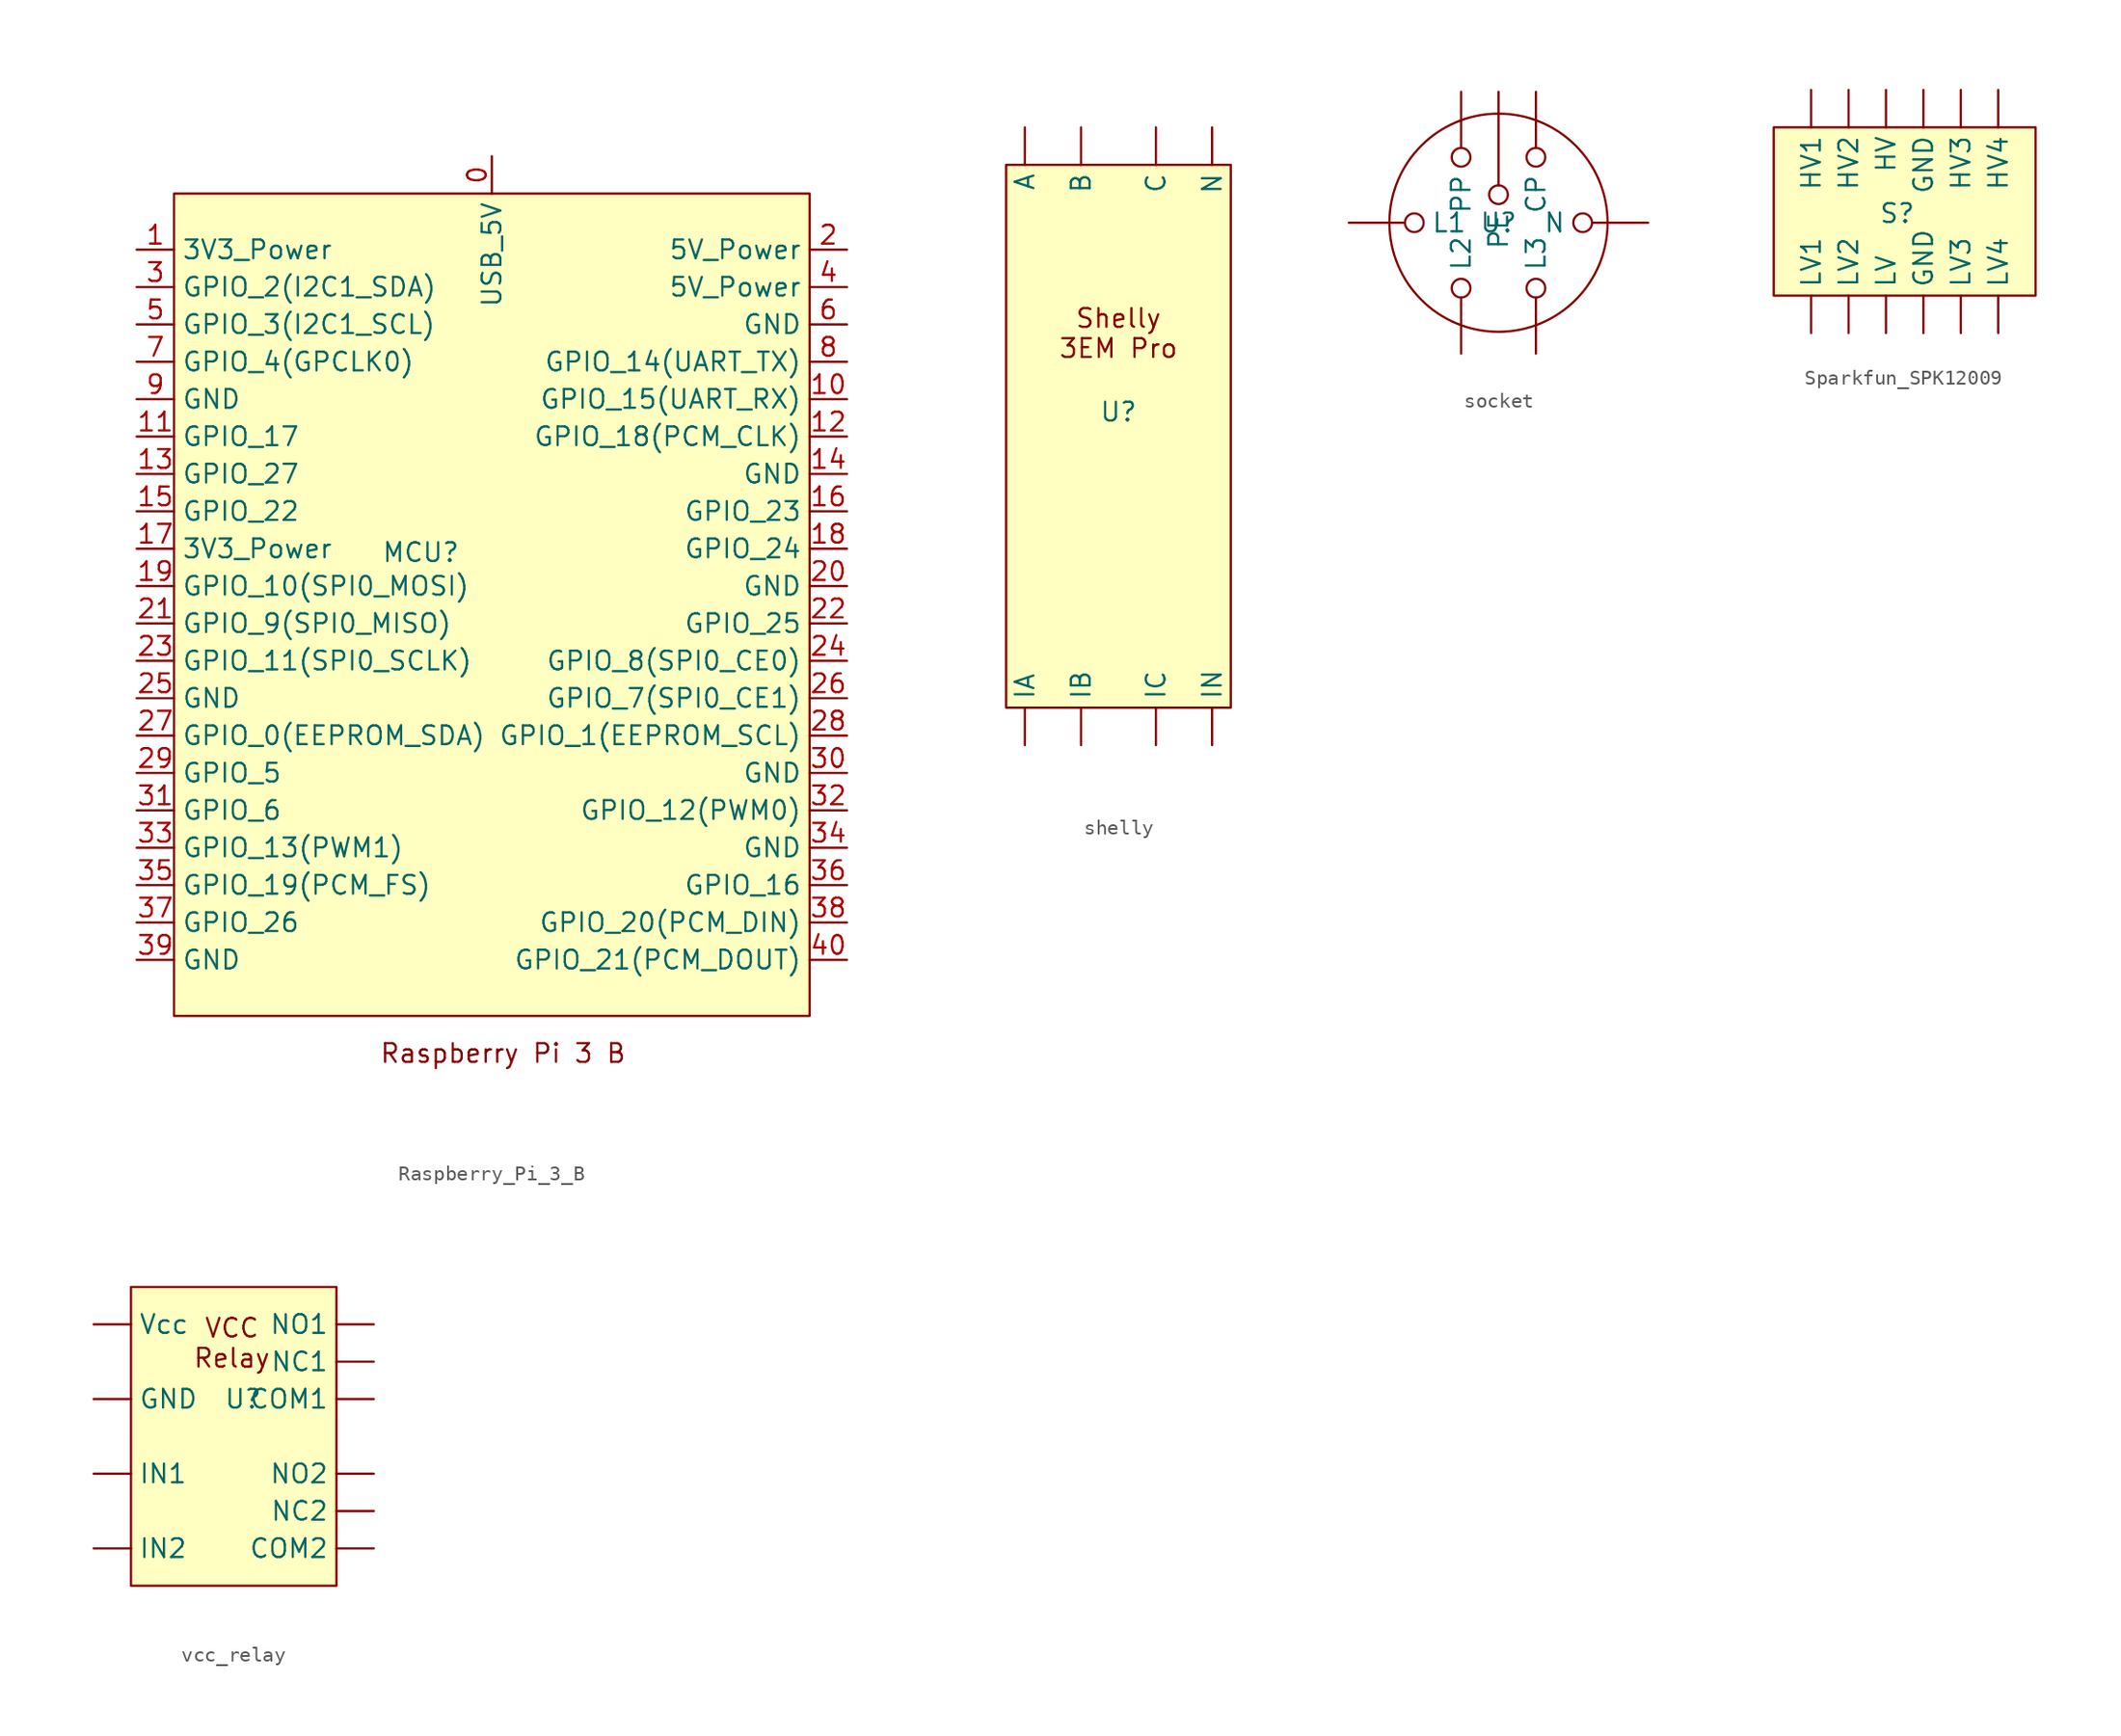
<source format=kicad_sym>
(kicad_symbol_lib
  (version 20231120)
  (generator "kicad_symbol_editor")
  (generator_version "8.0")
  (symbol "Raspberry_Pi_3_B"
    (property "Reference" "MCU"
      (at 16.764 -24.384 0)
      (effects (font (size 1.27 1.27))))
    (property "Value" ""
      (at 0 0 0)
      (effects (font (size 1.27 1.27))))
    (symbol "Raspberry_Pi_3_B_1_1"
      (rectangle (start 0 0) (end 43.18 -55.88) (stroke (width 0) (type default)) (fill (type background)))
      (text "Raspberry Pi 3 B" (at 22.352 -58.42 0) (effects (font (size 1.27 1.27))))
      (pin input line (at 21.59 2.54 270) (length 2.54) (name "USB_5V" (effects (font (size 1.27 1.27)))) (number "0" (effects (font (size 1.27 1.27)))))
      (pin input line (at -2.54 -3.81 0) (length 2.54) (name "3V3_Power" (effects (font (size 1.27 1.27)))) (number "1" (effects (font (size 1.27 1.27)))))
      (pin bidirectional line (at 45.72 -13.97 180) (length 2.54) (name "GPIO_15(UART_RX)" (effects (font (size 1.27 1.27)))) (number "10" (effects (font (size 1.27 1.27)))))
      (pin bidirectional line (at -2.54 -16.51 0) (length 2.54) (name "GPIO_17" (effects (font (size 1.27 1.27)))) (number "11" (effects (font (size 1.27 1.27)))))
      (pin bidirectional line (at 45.72 -16.51 180) (length 2.54) (name "GPIO_18(PCM_CLK)" (effects (font (size 1.27 1.27)))) (number "12" (effects (font (size 1.27 1.27)))))
      (pin bidirectional line (at -2.54 -19.05 0) (length 2.54) (name "GPIO_27" (effects (font (size 1.27 1.27)))) (number "13" (effects (font (size 1.27 1.27)))))
      (pin free line (at 45.72 -19.05 180) (length 2.54) (name "GND" (effects (font (size 1.27 1.27)))) (number "14" (effects (font (size 1.27 1.27)))))
      (pin bidirectional line (at -2.54 -21.59 0) (length 2.54) (name "GPIO_22" (effects (font (size 1.27 1.27)))) (number "15" (effects (font (size 1.27 1.27)))))
      (pin bidirectional line (at 45.72 -21.59 180) (length 2.54) (name "GPIO_23" (effects (font (size 1.27 1.27)))) (number "16" (effects (font (size 1.27 1.27)))))
      (pin input line (at -2.54 -24.13 0) (length 2.54) (name "3V3_Power" (effects (font (size 1.27 1.27)))) (number "17" (effects (font (size 1.27 1.27)))))
      (pin bidirectional line (at 45.72 -24.13 180) (length 2.54) (name "GPIO_24" (effects (font (size 1.27 1.27)))) (number "18" (effects (font (size 1.27 1.27)))))
      (pin input line (at -2.54 -26.67 0) (length 2.54) (name "GPIO_10(SPI0_MOSI)" (effects (font (size 1.27 1.27)))) (number "19" (effects (font (size 1.27 1.27)))))
      (pin input line (at 45.72 -3.81 180) (length 2.54) (name "5V_Power" (effects (font (size 1.27 1.27)))) (number "2" (effects (font (size 1.27 1.27)))))
      (pin free line (at 45.72 -26.67 180) (length 2.54) (name "GND" (effects (font (size 1.27 1.27)))) (number "20" (effects (font (size 1.27 1.27)))))
      (pin bidirectional line (at -2.54 -29.21 0) (length 2.54) (name "GPIO_9(SPI0_MISO)" (effects (font (size 1.27 1.27)))) (number "21" (effects (font (size 1.27 1.27)))))
      (pin bidirectional line (at 45.72 -29.21 180) (length 2.54) (name "GPIO_25" (effects (font (size 1.27 1.27)))) (number "22" (effects (font (size 1.27 1.27)))))
      (pin bidirectional line (at -2.54 -31.75 0) (length 2.54) (name "GPIO_11(SPI0_SCLK)" (effects (font (size 1.27 1.27)))) (number "23" (effects (font (size 1.27 1.27)))))
      (pin bidirectional line (at 45.72 -31.75 180) (length 2.54) (name "GPIO_8(SPI0_CE0)" (effects (font (size 1.27 1.27)))) (number "24" (effects (font (size 1.27 1.27)))))
      (pin free line (at -2.54 -34.29 0) (length 2.54) (name "GND" (effects (font (size 1.27 1.27)))) (number "25" (effects (font (size 1.27 1.27)))))
      (pin bidirectional line (at 45.72 -34.29 180) (length 2.54) (name "GPIO_7(SPI0_CE1)" (effects (font (size 1.27 1.27)))) (number "26" (effects (font (size 1.27 1.27)))))
      (pin bidirectional line (at -2.54 -36.83 0) (length 2.54) (name "GPIO_0(EEPROM_SDA)" (effects (font (size 1.27 1.27)))) (number "27" (effects (font (size 1.27 1.27)))))
      (pin bidirectional line (at 45.72 -36.83 180) (length 2.54) (name "GPIO_1(EEPROM_SCL)" (effects (font (size 1.27 1.27)))) (number "28" (effects (font (size 1.27 1.27)))))
      (pin bidirectional line (at -2.54 -39.37 0) (length 2.54) (name "GPIO_5" (effects (font (size 1.27 1.27)))) (number "29" (effects (font (size 1.27 1.27)))))
      (pin bidirectional line (at -2.54 -6.35 0) (length 2.54) (name "GPIO_2(I2C1_SDA)" (effects (font (size 1.27 1.27)))) (number "3" (effects (font (size 1.27 1.27)))))
      (pin free line (at 45.72 -39.37 180) (length 2.54) (name "GND" (effects (font (size 1.27 1.27)))) (number "30" (effects (font (size 1.27 1.27)))))
      (pin bidirectional line (at -2.54 -41.91 0) (length 2.54) (name "GPIO_6" (effects (font (size 1.27 1.27)))) (number "31" (effects (font (size 1.27 1.27)))))
      (pin bidirectional line (at 45.72 -41.91 180) (length 2.54) (name "GPIO_12(PWM0)" (effects (font (size 1.27 1.27)))) (number "32" (effects (font (size 1.27 1.27)))))
      (pin bidirectional line (at -2.54 -44.45 0) (length 2.54) (name "GPIO_13(PWM1)" (effects (font (size 1.27 1.27)))) (number "33" (effects (font (size 1.27 1.27)))))
      (pin free line (at 45.72 -44.45 180) (length 2.54) (name "GND" (effects (font (size 1.27 1.27)))) (number "34" (effects (font (size 1.27 1.27)))))
      (pin bidirectional line (at -2.54 -46.99 0) (length 2.54) (name "GPIO_19(PCM_FS)" (effects (font (size 1.27 1.27)))) (number "35" (effects (font (size 1.27 1.27)))))
      (pin bidirectional line (at 45.72 -46.99 180) (length 2.54) (name "GPIO_16" (effects (font (size 1.27 1.27)))) (number "36" (effects (font (size 1.27 1.27)))))
      (pin bidirectional line (at -2.54 -49.53 0) (length 2.54) (name "GPIO_26" (effects (font (size 1.27 1.27)))) (number "37" (effects (font (size 1.27 1.27)))))
      (pin bidirectional line (at 45.72 -49.53 180) (length 2.54) (name "GPIO_20(PCM_DIN)" (effects (font (size 1.27 1.27)))) (number "38" (effects (font (size 1.27 1.27)))))
      (pin free line (at -2.54 -52.07 0) (length 2.54) (name "GND" (effects (font (size 1.27 1.27)))) (number "39" (effects (font (size 1.27 1.27)))))
      (pin input line (at 45.72 -6.35 180) (length 2.54) (name "5V_Power" (effects (font (size 1.27 1.27)))) (number "4" (effects (font (size 1.27 1.27)))))
      (pin bidirectional line (at 45.72 -52.07 180) (length 2.54) (name "GPIO_21(PCM_DOUT)" (effects (font (size 1.27 1.27)))) (number "40" (effects (font (size 1.27 1.27)))))
      (pin bidirectional line (at -2.54 -8.89 0) (length 2.54) (name "GPIO_3(I2C1_SCL)" (effects (font (size 1.27 1.27)))) (number "5" (effects (font (size 1.27 1.27)))))
      (pin free line (at 45.72 -8.89 180) (length 2.54) (name "GND" (effects (font (size 1.27 1.27)))) (number "6" (effects (font (size 1.27 1.27)))))
      (pin bidirectional line (at -2.54 -11.43 0) (length 2.54) (name "GPIO_4(GPCLK0)" (effects (font (size 1.27 1.27)))) (number "7" (effects (font (size 1.27 1.27)))))
      (pin bidirectional line (at 45.72 -11.43 180) (length 2.54) (name "GPIO_14(UART_TX)" (effects (font (size 1.27 1.27)))) (number "8" (effects (font (size 1.27 1.27)))))
      (pin free line (at -2.54 -13.97 0) (length 2.54) (name "GND" (effects (font (size 1.27 1.27)))) (number "9" (effects (font (size 1.27 1.27)))))))
  (symbol "shelly"
    (property "Reference" "U"
      (at 0 -0.254 0)
      (effects (font (size 1.27 1.27))))
    (property "Value" ""
      (at 0 5.08 0)
      (effects (font (size 1.27 1.27))))
    (symbol "shelly_1_1"
      (rectangle (start -7.62 16.51) (end 7.62 -20.32) (stroke (width 0) (type default)) (fill (type background)))
      (text "Shelly\n3EM Pro" (at 0 5.08 0) (effects (font (size 1.27 1.27))))
      (pin power_in line (at -6.35 19.05 270) (length 2.54) (name "A" (effects (font (size 1.27 1.27)))) (number "" (effects (font (size 1.27 1.27)))))
      (pin power_in line (at -2.54 19.05 270) (length 2.54) (name "B" (effects (font (size 1.27 1.27)))) (number "" (effects (font (size 1.27 1.27)))))
      (pin power_in line (at 2.54 19.05 270) (length 2.54) (name "C" (effects (font (size 1.27 1.27)))) (number "" (effects (font (size 1.27 1.27)))))
      (pin input line (at -6.35 -22.86 90) (length 2.54) (name "IA" (effects (font (size 1.27 1.27)))) (number "" (effects (font (size 1.27 1.27)))))
      (pin input line (at -2.54 -22.86 90) (length 2.54) (name "IB" (effects (font (size 1.27 1.27)))) (number "" (effects (font (size 1.27 1.27)))))
      (pin input line (at 2.54 -22.86 90) (length 2.54) (name "IC" (effects (font (size 1.27 1.27)))) (number "" (effects (font (size 1.27 1.27)))))
      (pin input line (at 6.35 -22.86 90) (length 2.54) (name "IN" (effects (font (size 1.27 1.27)))) (number "" (effects (font (size 1.27 1.27)))))
      (pin power_in line (at 6.35 19.05 270) (length 2.54) (name "N" (effects (font (size 1.27 1.27)))) (number "" (effects (font (size 1.27 1.27)))))))
  (symbol "socket"
    (property "Reference" "U"
      (at 0 0 0)
      (effects (font (size 1.27 1.27))))
    (property "Value" ""
      (at 0 0 0)
      (effects (font (size 1.27 1.27))))
    (symbol "socket_0_1"
      (circle (center 0 0) (radius 7.405) (stroke (width 0) (type default)) (fill (type none))))
    (symbol "socket_1_1"
      (pin bidirectional inverted (at 2.54 8.89 270) (length 5.08) (name "CP" (effects (font (size 1.27 1.27)))) (number "" (effects (font (size 1.27 1.27)))))
      (pin power_in inverted (at -10.16 0 0) (length 5.08) (name "L1" (effects (font (size 1.27 1.27)))) (number "" (effects (font (size 1.27 1.27)))))
      (pin power_in inverted (at -2.54 -8.89 90) (length 5.08) (name "L2" (effects (font (size 1.27 1.27)))) (number "" (effects (font (size 1.27 1.27)))))
      (pin power_in inverted (at 2.54 -8.89 90) (length 5.08) (name "L3" (effects (font (size 1.27 1.27)))) (number "" (effects (font (size 1.27 1.27)))))
      (pin power_in inverted (at 10.16 0 180) (length 5.08) (name "N" (effects (font (size 1.27 1.27)))) (number "" (effects (font (size 1.27 1.27)))))
      (pin bidirectional inverted (at 0 8.89 270) (length 7.62) (name "PE" (effects (font (size 1.27 1.27)))) (number "" (effects (font (size 1.27 1.27)))))
      (pin bidirectional inverted (at -2.54 8.89 270) (length 5.08) (name "PP" (effects (font (size 1.27 1.27)))) (number "" (effects (font (size 1.27 1.27)))))))
  (symbol "Sparkfun_SPK12009"
    (property "Reference" "S"
      (at 8.382 -5.842 0)
      (effects (font (size 1.27 1.27))))
    (property "Value" ""
      (at 0 0 0)
      (effects (font (size 1.27 1.27))))
    (symbol "Sparkfun_SPK12009_1_1"
      (rectangle (start 0 0) (end 17.78 -11.43) (stroke (width 0) (type default)) (fill (type background)))
      (pin free line (at 10.16 -13.97 90) (length 2.54) (name "GND" (effects (font (size 1.27 1.27)))) (number "" (effects (font (size 1.27 1.27)))))
      (pin free line (at 10.16 2.54 270) (length 2.54) (name "GND" (effects (font (size 1.27 1.27)))) (number "" (effects (font (size 1.27 1.27)))))
      (pin power_in line (at 7.62 2.54 270) (length 2.54) (name "HV" (effects (font (size 1.27 1.27)))) (number "" (effects (font (size 1.27 1.27)))))
      (pin bidirectional line (at 2.54 2.54 270) (length 2.54) (name "HV1" (effects (font (size 1.27 1.27)))) (number "" (effects (font (size 1.27 1.27)))))
      (pin bidirectional line (at 5.08 2.54 270) (length 2.54) (name "HV2" (effects (font (size 1.27 1.27)))) (number "" (effects (font (size 1.27 1.27)))))
      (pin bidirectional line (at 12.7 2.54 270) (length 2.54) (name "HV3" (effects (font (size 1.27 1.27)))) (number "" (effects (font (size 1.27 1.27)))))
      (pin bidirectional line (at 15.24 2.54 270) (length 2.54) (name "HV4" (effects (font (size 1.27 1.27)))) (number "" (effects (font (size 1.27 1.27)))))
      (pin power_in line (at 7.62 -13.97 90) (length 2.54) (name "LV" (effects (font (size 1.27 1.27)))) (number "" (effects (font (size 1.27 1.27)))))
      (pin bidirectional line (at 2.54 -13.97 90) (length 2.54) (name "LV1" (effects (font (size 1.27 1.27)))) (number "" (effects (font (size 1.27 1.27)))))
      (pin bidirectional line (at 5.08 -13.97 90) (length 2.54) (name "LV2" (effects (font (size 1.27 1.27)))) (number "" (effects (font (size 1.27 1.27)))))
      (pin bidirectional line (at 12.7 -13.97 90) (length 2.54) (name "LV3" (effects (font (size 1.27 1.27)))) (number "" (effects (font (size 1.27 1.27)))))
      (pin bidirectional line (at 15.24 -13.97 90) (length 2.54) (name "LV4" (effects (font (size 1.27 1.27)))) (number "" (effects (font (size 1.27 1.27)))))))
  (symbol "vcc_relay"
    (property "Reference" "U"
      (at 0 0 0)
      (effects (font (size 1.27 1.27))))
    (property "Value" ""
      (at 2.54 -13.97 0)
      (effects (font (size 1.27 1.27))))
    (symbol "vcc_relay_1_1"
      (rectangle (start -7.62 7.62) (end 6.35 -12.7) (stroke (width 0) (type default)) (fill (type background)))
      (text "VCC\nRelay" (at -0.762 3.81 0) (effects (font (size 1.27 1.27))))
      (pin input line (at 8.89 0 180) (length 2.54) (name "COM1" (effects (font (size 1.27 1.27)))) (number "" (effects (font (size 1.27 1.27)))))
      (pin input line (at 8.89 -10.16 180) (length 2.54) (name "COM2" (effects (font (size 1.27 1.27)))) (number "" (effects (font (size 1.27 1.27)))))
      (pin free line (at -10.16 0 0) (length 2.54) (name "GND" (effects (font (size 1.27 1.27)))) (number "" (effects (font (size 1.27 1.27)))))
      (pin input line (at -10.16 -5.08 0) (length 2.54) (name "IN1" (effects (font (size 1.27 1.27)))) (number "" (effects (font (size 1.27 1.27)))))
      (pin input line (at -10.16 -10.16 0) (length 2.54) (name "IN2" (effects (font (size 1.27 1.27)))) (number "" (effects (font (size 1.27 1.27)))))
      (pin input line (at 8.89 2.54 180) (length 2.54) (name "NC1" (effects (font (size 1.27 1.27)))) (number "" (effects (font (size 1.27 1.27)))))
      (pin input line (at 8.89 -7.62 180) (length 2.54) (name "NC2" (effects (font (size 1.27 1.27)))) (number "" (effects (font (size 1.27 1.27)))))
      (pin input line (at 8.89 5.08 180) (length 2.54) (name "NO1" (effects (font (size 1.27 1.27)))) (number "" (effects (font (size 1.27 1.27)))))
      (pin input line (at 8.89 -5.08 180) (length 2.54) (name "NO2" (effects (font (size 1.27 1.27)))) (number "" (effects (font (size 1.27 1.27)))))
      (pin power_in line (at -10.16 5.08 0) (length 2.54) (name "Vcc" (effects (font (size 1.27 1.27)))) (number "" (effects (font (size 1.27 1.27))))))))
</source>
